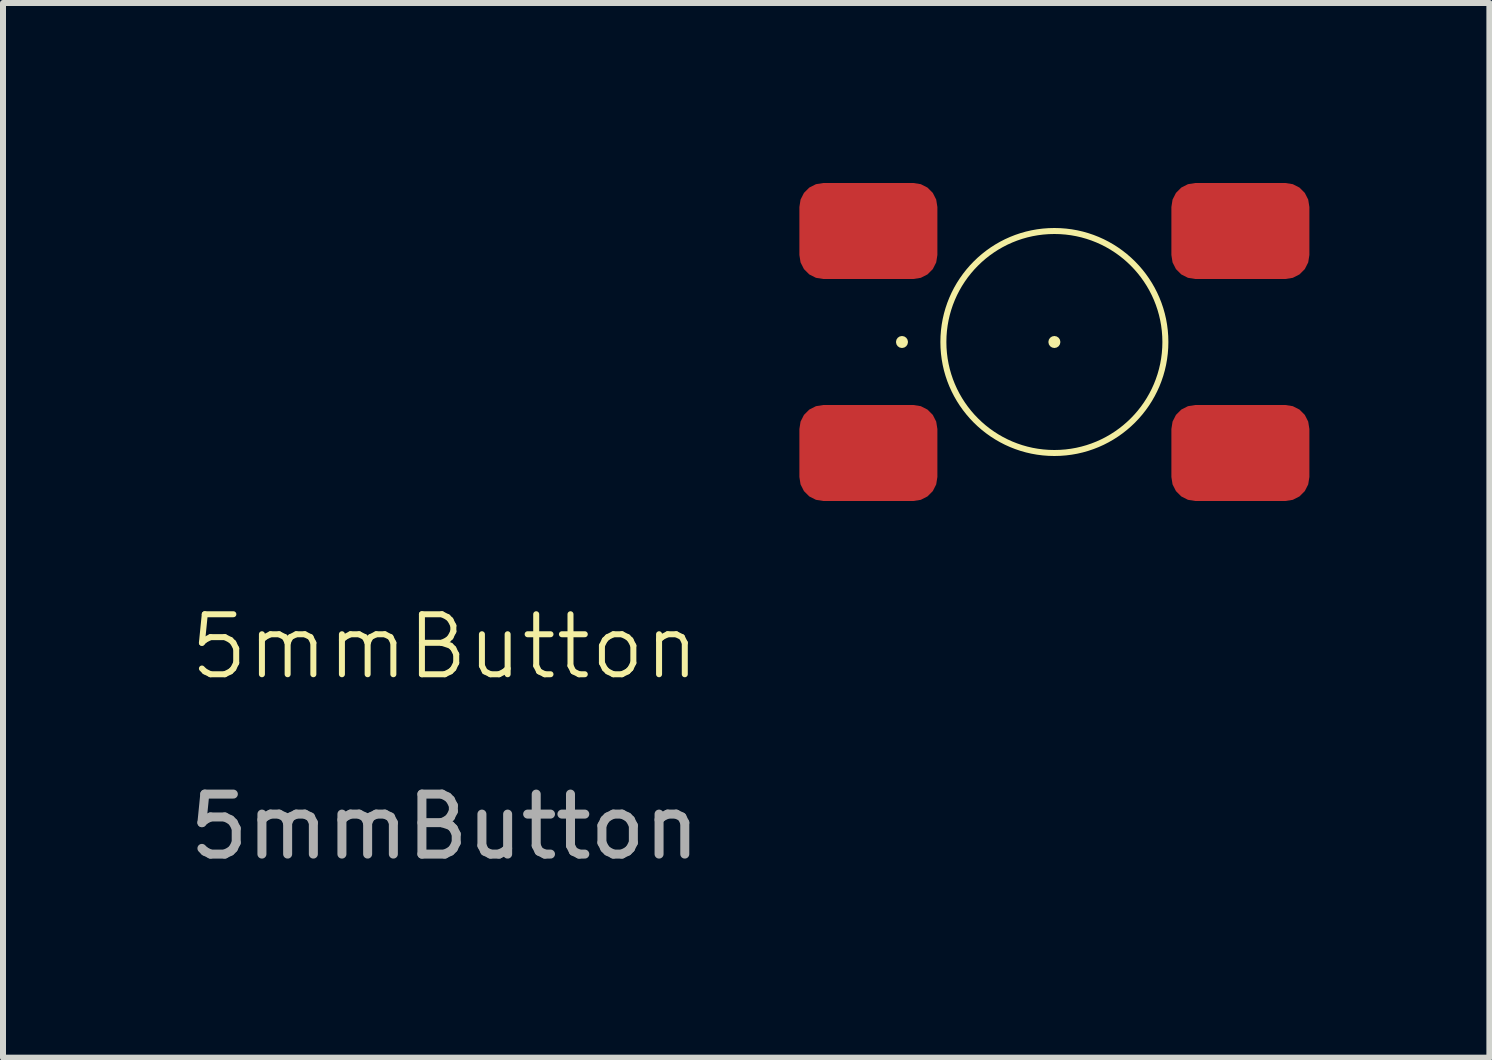
<source format=kicad_pcb>
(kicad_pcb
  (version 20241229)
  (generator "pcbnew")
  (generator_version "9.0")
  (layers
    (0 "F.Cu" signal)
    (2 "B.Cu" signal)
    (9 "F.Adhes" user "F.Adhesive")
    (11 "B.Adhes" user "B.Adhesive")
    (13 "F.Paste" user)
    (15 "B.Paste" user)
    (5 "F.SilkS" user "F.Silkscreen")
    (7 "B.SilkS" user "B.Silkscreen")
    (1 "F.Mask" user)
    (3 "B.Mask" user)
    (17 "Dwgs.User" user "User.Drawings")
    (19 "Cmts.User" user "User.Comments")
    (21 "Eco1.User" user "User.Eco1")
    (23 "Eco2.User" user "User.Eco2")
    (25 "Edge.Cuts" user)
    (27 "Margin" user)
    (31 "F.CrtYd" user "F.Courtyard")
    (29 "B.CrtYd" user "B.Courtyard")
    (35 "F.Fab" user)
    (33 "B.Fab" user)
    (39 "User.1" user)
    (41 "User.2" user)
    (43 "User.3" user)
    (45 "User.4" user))
  (footprint "5mmButton"
    (layer "F.Cu")
    (at 14.523 2.65)
    (property "Reference" "5mmButton" (at -10.16 5.08 0) (unlocked yes) (layer "F.SilkS") (effects (font (size 1 1) (thickness 0.1))))
    (attr smd)
    (fp_circle (center -2.54 0) (end -2.54 0) (stroke (width 0.1) (type default)) (fill no) (layer "F.SilkS"))
    (fp_circle (center 0 0) (end 0 0) (stroke (width 0.1) (type default)) (fill no) (layer "F.SilkS"))
    (fp_circle (center 0 0) (end 1.85 0) (stroke (width 0.1) (type default)) (fill no) (layer "F.SilkS"))
    (fp_text user "${REFERENCE}" (at -10.16 8.08 0) (unlocked yes) (layer "F.Fab") (effects (font (size 1 1) (thickness 0.15))))
    (pad "1" smd roundrect (at -3.1 -1.85) (size 2.3 1.6) (layers "F.Cu" "F.Mask" "F.Paste") (roundrect_rratio 0.25))
    (pad "1" smd roundrect (at 3.1 -1.85) (size 2.3 1.6) (layers "F.Cu" "F.Mask" "F.Paste") (roundrect_rratio 0.25))
    (pad "2" smd roundrect (at -3.1 1.85) (size 2.3 1.6) (layers "F.Cu" "F.Mask" "F.Paste") (roundrect_rratio 0.25))
    (pad "2" smd roundrect (at 3.1 1.85) (size 2.3 1.6) (layers "F.Cu" "F.Mask" "F.Paste") (roundrect_rratio 0.25)))
  (gr_rect
    (start -3 -3)
    (end 21.773 14.578)
    (stroke (width 0.1) (type default))
    (fill no)
    (layer "Edge.Cuts")))
</source>
